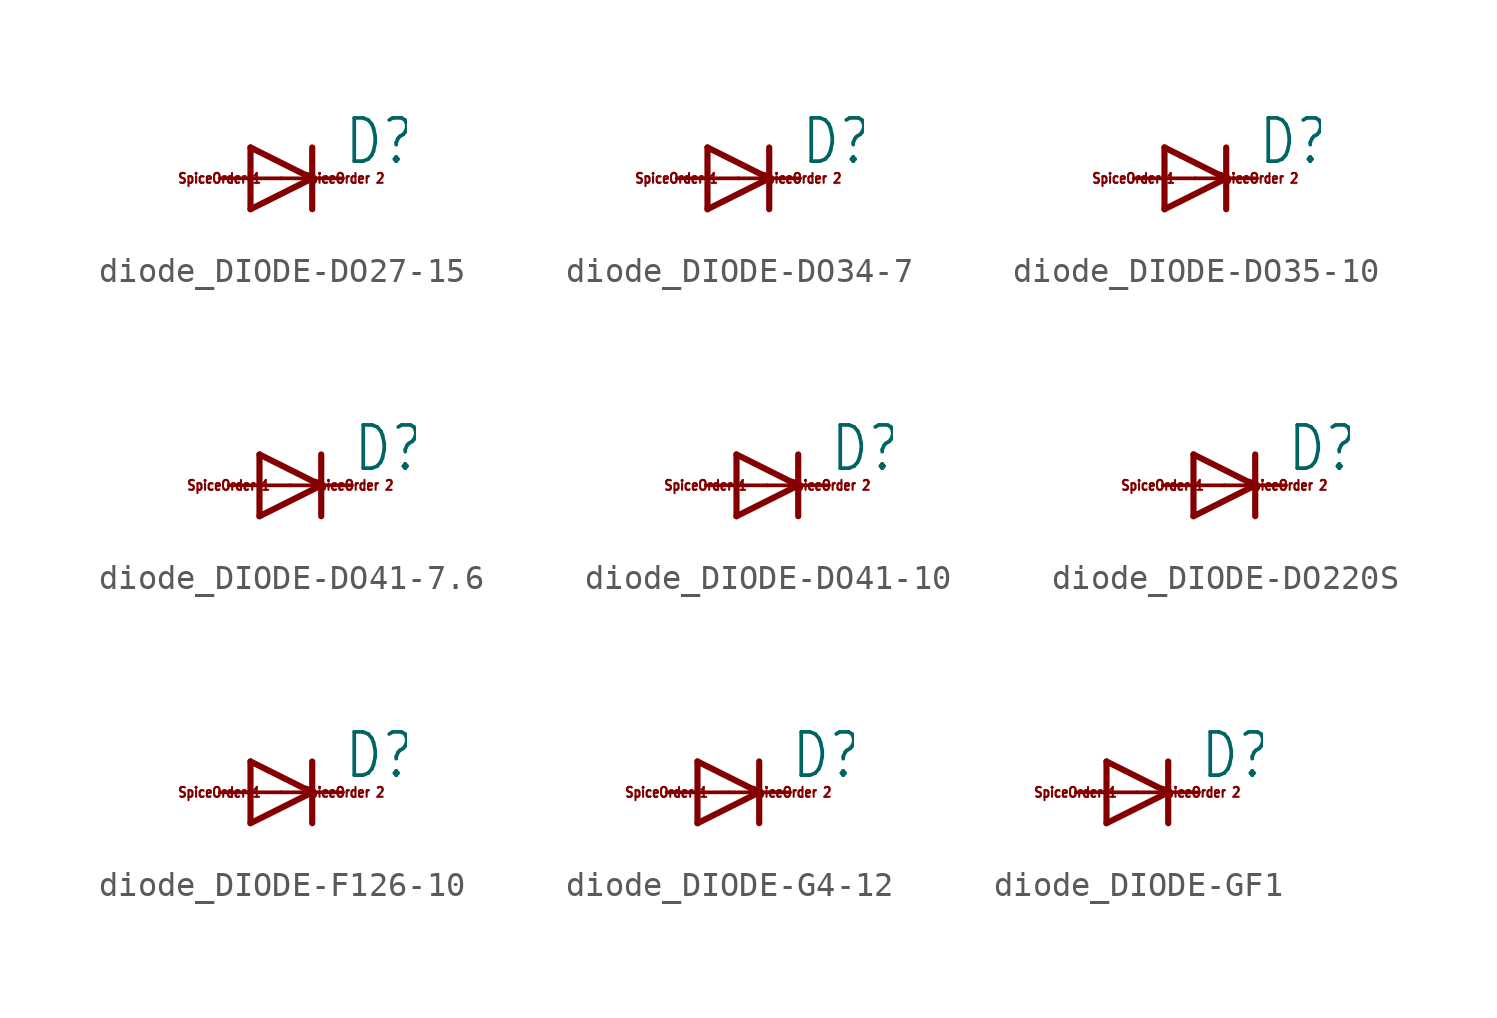
<source format=kicad_sym>
(kicad_symbol_lib
  (version 20231120)
  (generator "kicad_symbol_editor")
  (generator_version "8.0")
  (symbol "diode_DIODE-DO27-15"
    (property "Reference" "D"
      (at 2.54 0.483 0)
      (effects (font (size 1.778 1.511)) (justify left bottom)))
    (property "Value" ""
      (at 2.54 -2.311 0)
      (effects (font (size 1.778 1.511)) (justify left bottom)))
    (property "ki_locked" ""
      (at 0 0 0)
      (effects (font (size 1.27 1.27))))
    (symbol "diode_DIODE-DO27-15_1_0"
      (polyline (pts (xy -1.27 -1.27) (xy 1.27 0)) (stroke (width 0.254) (type solid)) (fill (type none)))
      (polyline (pts (xy -1.27 1.27) (xy -1.27 -1.27)) (stroke (width 0.254) (type solid)) (fill (type none)))
      (polyline (pts (xy 1.27 0) (xy -1.27 1.27)) (stroke (width 0.254) (type solid)) (fill (type none)))
      (polyline (pts (xy 1.27 0) (xy 1.27 -1.27)) (stroke (width 0.254) (type solid)) (fill (type none)))
      (polyline (pts (xy 1.27 1.27) (xy 1.27 0)) (stroke (width 0.254) (type solid)) (fill (type none)))
      (text "SpiceOrder 1" (at -2.54 0 0) (effects (font (size 0.406 0.345))))
      (text "SpiceOrder 2" (at 2.54 0 0) (effects (font (size 0.406 0.345))))
      (pin passive line (at -2.54 0 0) (length 2.54) (name "A" (effects (font (size 0 0)))) (number "A" (effects (font (size 0 0)))))
      (pin passive line (at 2.54 0 180) (length 2.54) (name "C" (effects (font (size 0 0)))) (number "C" (effects (font (size 0 0)))))))
  (symbol "diode_DIODE-DO34-7"
    (property "Reference" "D"
      (at 2.54 0.483 0)
      (effects (font (size 1.778 1.511)) (justify left bottom)))
    (property "Value" ""
      (at 2.54 -2.311 0)
      (effects (font (size 1.778 1.511)) (justify left bottom)))
    (property "ki_locked" ""
      (at 0 0 0)
      (effects (font (size 1.27 1.27))))
    (symbol "diode_DIODE-DO34-7_1_0"
      (polyline (pts (xy -1.27 -1.27) (xy 1.27 0)) (stroke (width 0.254) (type solid)) (fill (type none)))
      (polyline (pts (xy -1.27 1.27) (xy -1.27 -1.27)) (stroke (width 0.254) (type solid)) (fill (type none)))
      (polyline (pts (xy 1.27 0) (xy -1.27 1.27)) (stroke (width 0.254) (type solid)) (fill (type none)))
      (polyline (pts (xy 1.27 0) (xy 1.27 -1.27)) (stroke (width 0.254) (type solid)) (fill (type none)))
      (polyline (pts (xy 1.27 1.27) (xy 1.27 0)) (stroke (width 0.254) (type solid)) (fill (type none)))
      (text "SpiceOrder 1" (at -2.54 0 0) (effects (font (size 0.406 0.345))))
      (text "SpiceOrder 2" (at 2.54 0 0) (effects (font (size 0.406 0.345))))
      (pin passive line (at -2.54 0 0) (length 2.54) (name "A" (effects (font (size 0 0)))) (number "A" (effects (font (size 0 0)))))
      (pin passive line (at 2.54 0 180) (length 2.54) (name "C" (effects (font (size 0 0)))) (number "C" (effects (font (size 0 0)))))))
  (symbol "diode_DIODE-DO35-10"
    (property "Reference" "D"
      (at 2.54 0.483 0)
      (effects (font (size 1.778 1.511)) (justify left bottom)))
    (property "Value" ""
      (at 2.54 -2.311 0)
      (effects (font (size 1.778 1.511)) (justify left bottom)))
    (property "ki_locked" ""
      (at 0 0 0)
      (effects (font (size 1.27 1.27))))
    (symbol "diode_DIODE-DO35-10_1_0"
      (polyline (pts (xy -1.27 -1.27) (xy 1.27 0)) (stroke (width 0.254) (type solid)) (fill (type none)))
      (polyline (pts (xy -1.27 1.27) (xy -1.27 -1.27)) (stroke (width 0.254) (type solid)) (fill (type none)))
      (polyline (pts (xy 1.27 0) (xy -1.27 1.27)) (stroke (width 0.254) (type solid)) (fill (type none)))
      (polyline (pts (xy 1.27 0) (xy 1.27 -1.27)) (stroke (width 0.254) (type solid)) (fill (type none)))
      (polyline (pts (xy 1.27 1.27) (xy 1.27 0)) (stroke (width 0.254) (type solid)) (fill (type none)))
      (text "SpiceOrder 1" (at -2.54 0 0) (effects (font (size 0.406 0.345))))
      (text "SpiceOrder 2" (at 2.54 0 0) (effects (font (size 0.406 0.345))))
      (pin passive line (at -2.54 0 0) (length 2.54) (name "A" (effects (font (size 0 0)))) (number "A" (effects (font (size 0 0)))))
      (pin passive line (at 2.54 0 180) (length 2.54) (name "C" (effects (font (size 0 0)))) (number "C" (effects (font (size 0 0)))))))
  (symbol "diode_DIODE-DO41-7.6"
    (property "Reference" "D"
      (at 2.54 0.483 0)
      (effects (font (size 1.778 1.511)) (justify left bottom)))
    (property "Value" ""
      (at 2.54 -2.311 0)
      (effects (font (size 1.778 1.511)) (justify left bottom)))
    (property "ki_locked" ""
      (at 0 0 0)
      (effects (font (size 1.27 1.27))))
    (symbol "diode_DIODE-DO41-7.6_1_0"
      (polyline (pts (xy -1.27 -1.27) (xy 1.27 0)) (stroke (width 0.254) (type solid)) (fill (type none)))
      (polyline (pts (xy -1.27 1.27) (xy -1.27 -1.27)) (stroke (width 0.254) (type solid)) (fill (type none)))
      (polyline (pts (xy 1.27 0) (xy -1.27 1.27)) (stroke (width 0.254) (type solid)) (fill (type none)))
      (polyline (pts (xy 1.27 0) (xy 1.27 -1.27)) (stroke (width 0.254) (type solid)) (fill (type none)))
      (polyline (pts (xy 1.27 1.27) (xy 1.27 0)) (stroke (width 0.254) (type solid)) (fill (type none)))
      (text "SpiceOrder 1" (at -2.54 0 0) (effects (font (size 0.406 0.345))))
      (text "SpiceOrder 2" (at 2.54 0 0) (effects (font (size 0.406 0.345))))
      (pin passive line (at -2.54 0 0) (length 2.54) (name "A" (effects (font (size 0 0)))) (number "A" (effects (font (size 0 0)))))
      (pin passive line (at 2.54 0 180) (length 2.54) (name "C" (effects (font (size 0 0)))) (number "C" (effects (font (size 0 0)))))))
  (symbol "diode_DIODE-DO41-10"
    (property "Reference" "D"
      (at 2.54 0.483 0)
      (effects (font (size 1.778 1.511)) (justify left bottom)))
    (property "Value" ""
      (at 2.54 -2.311 0)
      (effects (font (size 1.778 1.511)) (justify left bottom)))
    (property "ki_locked" ""
      (at 0 0 0)
      (effects (font (size 1.27 1.27))))
    (symbol "diode_DIODE-DO41-10_1_0"
      (polyline (pts (xy -1.27 -1.27) (xy 1.27 0)) (stroke (width 0.254) (type solid)) (fill (type none)))
      (polyline (pts (xy -1.27 1.27) (xy -1.27 -1.27)) (stroke (width 0.254) (type solid)) (fill (type none)))
      (polyline (pts (xy 1.27 0) (xy -1.27 1.27)) (stroke (width 0.254) (type solid)) (fill (type none)))
      (polyline (pts (xy 1.27 0) (xy 1.27 -1.27)) (stroke (width 0.254) (type solid)) (fill (type none)))
      (polyline (pts (xy 1.27 1.27) (xy 1.27 0)) (stroke (width 0.254) (type solid)) (fill (type none)))
      (text "SpiceOrder 1" (at -2.54 0 0) (effects (font (size 0.406 0.345))))
      (text "SpiceOrder 2" (at 2.54 0 0) (effects (font (size 0.406 0.345))))
      (pin passive line (at -2.54 0 0) (length 2.54) (name "A" (effects (font (size 0 0)))) (number "A" (effects (font (size 0 0)))))
      (pin passive line (at 2.54 0 180) (length 2.54) (name "C" (effects (font (size 0 0)))) (number "C" (effects (font (size 0 0)))))))
  (symbol "diode_DIODE-DO220S"
    (property "Reference" "D"
      (at 2.54 0.483 0)
      (effects (font (size 1.778 1.511)) (justify left bottom)))
    (property "Value" ""
      (at 2.54 -2.311 0)
      (effects (font (size 1.778 1.511)) (justify left bottom)))
    (property "ki_locked" ""
      (at 0 0 0)
      (effects (font (size 1.27 1.27))))
    (symbol "diode_DIODE-DO220S_1_0"
      (polyline (pts (xy -1.27 -1.27) (xy 1.27 0)) (stroke (width 0.254) (type solid)) (fill (type none)))
      (polyline (pts (xy -1.27 1.27) (xy -1.27 -1.27)) (stroke (width 0.254) (type solid)) (fill (type none)))
      (polyline (pts (xy 1.27 0) (xy -1.27 1.27)) (stroke (width 0.254) (type solid)) (fill (type none)))
      (polyline (pts (xy 1.27 0) (xy 1.27 -1.27)) (stroke (width 0.254) (type solid)) (fill (type none)))
      (polyline (pts (xy 1.27 1.27) (xy 1.27 0)) (stroke (width 0.254) (type solid)) (fill (type none)))
      (text "SpiceOrder 1" (at -2.54 0 0) (effects (font (size 0.406 0.345))))
      (text "SpiceOrder 2" (at 2.54 0 0) (effects (font (size 0.406 0.345))))
      (pin passive line (at -2.54 0 0) (length 2.54) (name "A" (effects (font (size 0 0)))) (number "A" (effects (font (size 0 0)))))
      (pin passive line (at 2.54 0 180) (length 2.54) (name "C" (effects (font (size 0 0)))) (number "C" (effects (font (size 0 0)))))))
  (symbol "diode_DIODE-F126-10"
    (property "Reference" "D"
      (at 2.54 0.483 0)
      (effects (font (size 1.778 1.511)) (justify left bottom)))
    (property "Value" ""
      (at 2.54 -2.311 0)
      (effects (font (size 1.778 1.511)) (justify left bottom)))
    (property "ki_locked" ""
      (at 0 0 0)
      (effects (font (size 1.27 1.27))))
    (symbol "diode_DIODE-F126-10_1_0"
      (polyline (pts (xy -1.27 -1.27) (xy 1.27 0)) (stroke (width 0.254) (type solid)) (fill (type none)))
      (polyline (pts (xy -1.27 1.27) (xy -1.27 -1.27)) (stroke (width 0.254) (type solid)) (fill (type none)))
      (polyline (pts (xy 1.27 0) (xy -1.27 1.27)) (stroke (width 0.254) (type solid)) (fill (type none)))
      (polyline (pts (xy 1.27 0) (xy 1.27 -1.27)) (stroke (width 0.254) (type solid)) (fill (type none)))
      (polyline (pts (xy 1.27 1.27) (xy 1.27 0)) (stroke (width 0.254) (type solid)) (fill (type none)))
      (text "SpiceOrder 1" (at -2.54 0 0) (effects (font (size 0.406 0.345))))
      (text "SpiceOrder 2" (at 2.54 0 0) (effects (font (size 0.406 0.345))))
      (pin passive line (at -2.54 0 0) (length 2.54) (name "A" (effects (font (size 0 0)))) (number "A" (effects (font (size 0 0)))))
      (pin passive line (at 2.54 0 180) (length 2.54) (name "C" (effects (font (size 0 0)))) (number "C" (effects (font (size 0 0)))))))
  (symbol "diode_DIODE-G4-12"
    (property "Reference" "D"
      (at 2.54 0.483 0)
      (effects (font (size 1.778 1.511)) (justify left bottom)))
    (property "Value" ""
      (at 2.54 -2.311 0)
      (effects (font (size 1.778 1.511)) (justify left bottom)))
    (property "ki_locked" ""
      (at 0 0 0)
      (effects (font (size 1.27 1.27))))
    (symbol "diode_DIODE-G4-12_1_0"
      (polyline (pts (xy -1.27 -1.27) (xy 1.27 0)) (stroke (width 0.254) (type solid)) (fill (type none)))
      (polyline (pts (xy -1.27 1.27) (xy -1.27 -1.27)) (stroke (width 0.254) (type solid)) (fill (type none)))
      (polyline (pts (xy 1.27 0) (xy -1.27 1.27)) (stroke (width 0.254) (type solid)) (fill (type none)))
      (polyline (pts (xy 1.27 0) (xy 1.27 -1.27)) (stroke (width 0.254) (type solid)) (fill (type none)))
      (polyline (pts (xy 1.27 1.27) (xy 1.27 0)) (stroke (width 0.254) (type solid)) (fill (type none)))
      (text "SpiceOrder 1" (at -2.54 0 0) (effects (font (size 0.406 0.345))))
      (text "SpiceOrder 2" (at 2.54 0 0) (effects (font (size 0.406 0.345))))
      (pin passive line (at -2.54 0 0) (length 2.54) (name "A" (effects (font (size 0 0)))) (number "A" (effects (font (size 0 0)))))
      (pin passive line (at 2.54 0 180) (length 2.54) (name "C" (effects (font (size 0 0)))) (number "C" (effects (font (size 0 0)))))))
  (symbol "diode_DIODE-GF1"
    (property "Reference" "D"
      (at 2.54 0.483 0)
      (effects (font (size 1.778 1.511)) (justify left bottom)))
    (property "Value" ""
      (at 2.54 -2.311 0)
      (effects (font (size 1.778 1.511)) (justify left bottom)))
    (property "ki_locked" ""
      (at 0 0 0)
      (effects (font (size 1.27 1.27))))
    (symbol "diode_DIODE-GF1_1_0"
      (polyline (pts (xy -1.27 -1.27) (xy 1.27 0)) (stroke (width 0.254) (type solid)) (fill (type none)))
      (polyline (pts (xy -1.27 1.27) (xy -1.27 -1.27)) (stroke (width 0.254) (type solid)) (fill (type none)))
      (polyline (pts (xy 1.27 0) (xy -1.27 1.27)) (stroke (width 0.254) (type solid)) (fill (type none)))
      (polyline (pts (xy 1.27 0) (xy 1.27 -1.27)) (stroke (width 0.254) (type solid)) (fill (type none)))
      (polyline (pts (xy 1.27 1.27) (xy 1.27 0)) (stroke (width 0.254) (type solid)) (fill (type none)))
      (text "SpiceOrder 1" (at -2.54 0 0) (effects (font (size 0.406 0.345))))
      (text "SpiceOrder 2" (at 2.54 0 0) (effects (font (size 0.406 0.345))))
      (pin passive line (at -2.54 0 0) (length 2.54) (name "A" (effects (font (size 0 0)))) (number "A" (effects (font (size 0 0)))))
      (pin passive line (at 2.54 0 180) (length 2.54) (name "C" (effects (font (size 0 0)))) (number "C" (effects (font (size 0 0))))))))
</source>
